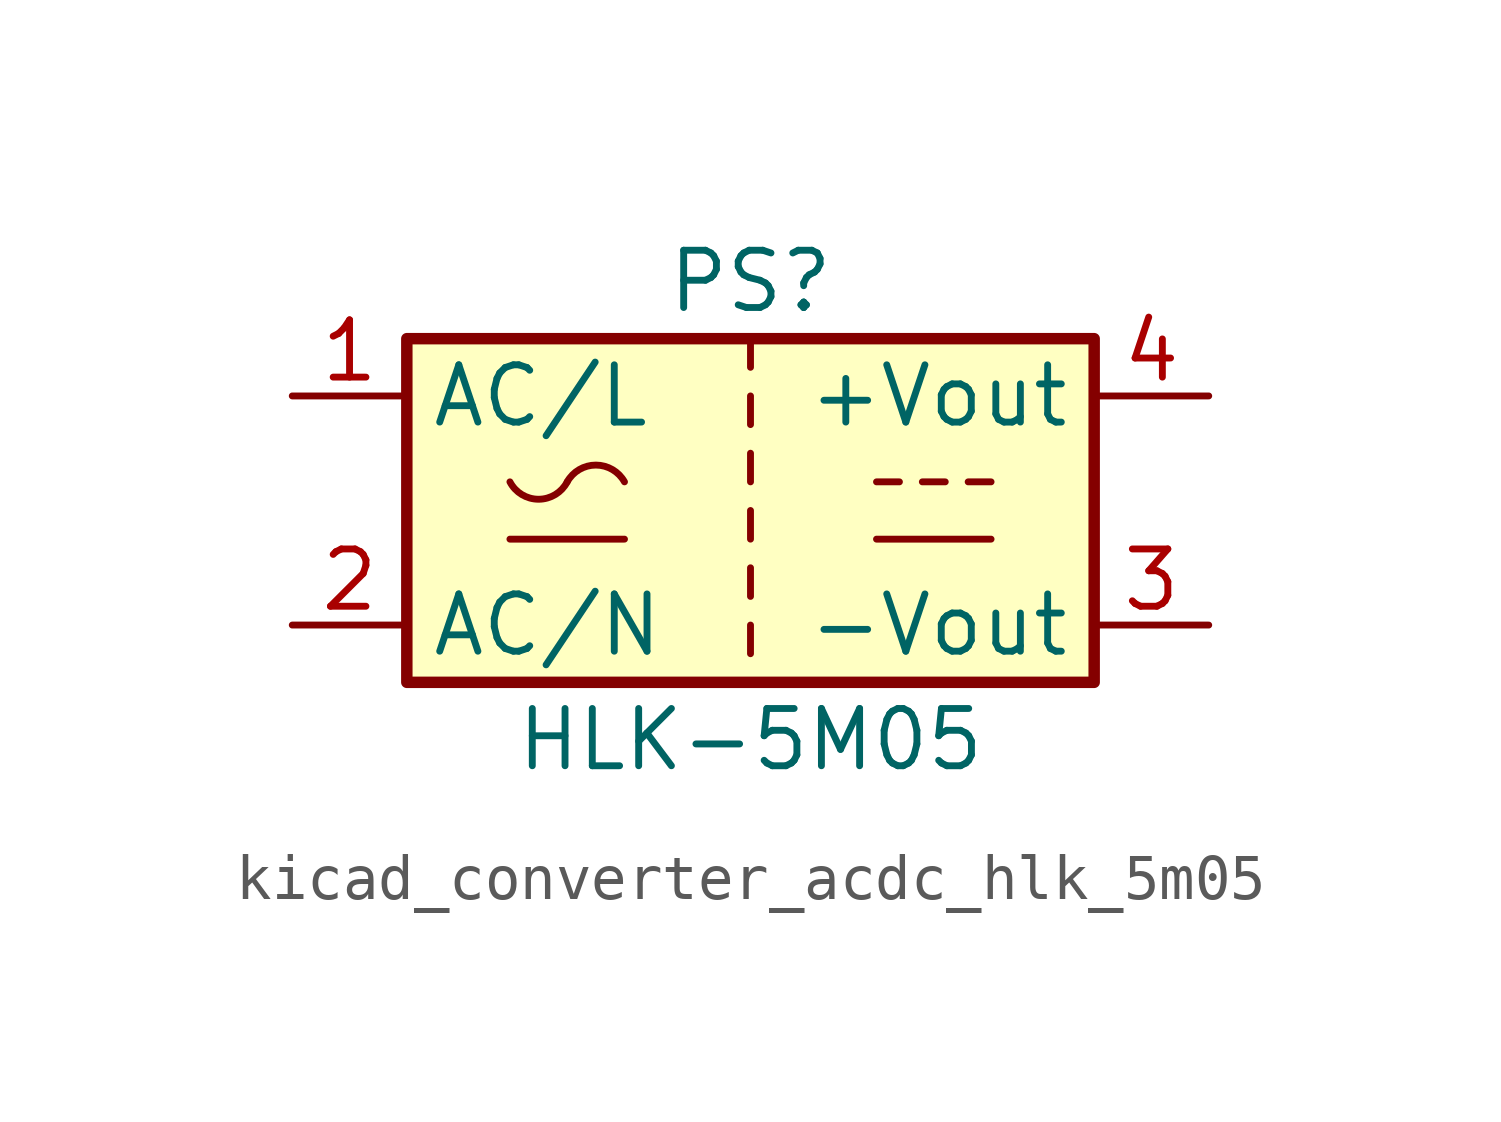
<source format=kicad_sym>
(kicad_symbol_lib
  (version 20220914)
  (generator kicad_symbol_editor)
  (symbol "kicad_converter_acdc_hlk_5m05"
    (property "Reference" "PS"
      (at 0 5.08 0)
      (effects (font (size 1.27 1.27))))
    (property "Value" "HLK-5M05"
      (at 0 -5.08 0)
      (effects (font (size 1.27 1.27))))
    (symbol "kicad_converter_acdc_hlk_5m05_0_1"
      (rectangle (start -7.62 3.81) (end 7.62 -3.81) (stroke (width 0.254) (type default)) (fill (type background)))
      (arc (start -5.334 0.635) (mid -4.699 0.2495) (end -4.064 0.635) (stroke (width 0) (type default)) (fill (type none)))
      (arc (start -2.794 0.635) (mid -3.429 1.0072) (end -4.064 0.635) (stroke (width 0) (type default)) (fill (type none)))
      (polyline (pts (xy -5.334 -0.635) (xy -2.794 -0.635)) (stroke (width 0) (type default)) (fill (type none)))
      (polyline (pts (xy 0 -2.54) (xy 0 -3.175)) (stroke (width 0) (type default)) (fill (type none)))
      (polyline (pts (xy 0 -1.27) (xy 0 -1.905)) (stroke (width 0) (type default)) (fill (type none)))
      (polyline (pts (xy 0 0) (xy 0 -0.635)) (stroke (width 0) (type default)) (fill (type none)))
      (polyline (pts (xy 0 1.27) (xy 0 0.635)) (stroke (width 0) (type default)) (fill (type none)))
      (polyline (pts (xy 0 2.54) (xy 0 1.905)) (stroke (width 0) (type default)) (fill (type none)))
      (polyline (pts (xy 0 3.81) (xy 0 3.175)) (stroke (width 0) (type default)) (fill (type none)))
      (polyline (pts (xy 2.794 -0.635) (xy 5.334 -0.635)) (stroke (width 0) (type default)) (fill (type none)))
      (polyline (pts (xy 2.794 0.635) (xy 3.302 0.635)) (stroke (width 0) (type default)) (fill (type none)))
      (polyline (pts (xy 3.81 0.635) (xy 4.318 0.635)) (stroke (width 0) (type default)) (fill (type none)))
      (polyline (pts (xy 4.826 0.635) (xy 5.334 0.635)) (stroke (width 0) (type default)) (fill (type none))))
    (symbol "kicad_converter_acdc_hlk_5m05_1_1"
      (pin power_in line (at -10.16 2.54 0) (length 2.54) (name "AC/L" (effects (font (size 1.27 1.27)))) (number "1" (effects (font (size 1.27 1.27)))))
      (pin power_in line (at -10.16 -2.54 0) (length 2.54) (name "AC/N" (effects (font (size 1.27 1.27)))) (number "2" (effects (font (size 1.27 1.27)))))
      (pin power_out line (at 10.16 -2.54 180) (length 2.54) (name "-Vout" (effects (font (size 1.27 1.27)))) (number "3" (effects (font (size 1.27 1.27)))))
      (pin power_out line (at 10.16 2.54 180) (length 2.54) (name "+Vout" (effects (font (size 1.27 1.27)))) (number "4" (effects (font (size 1.27 1.27))))))))
</source>
